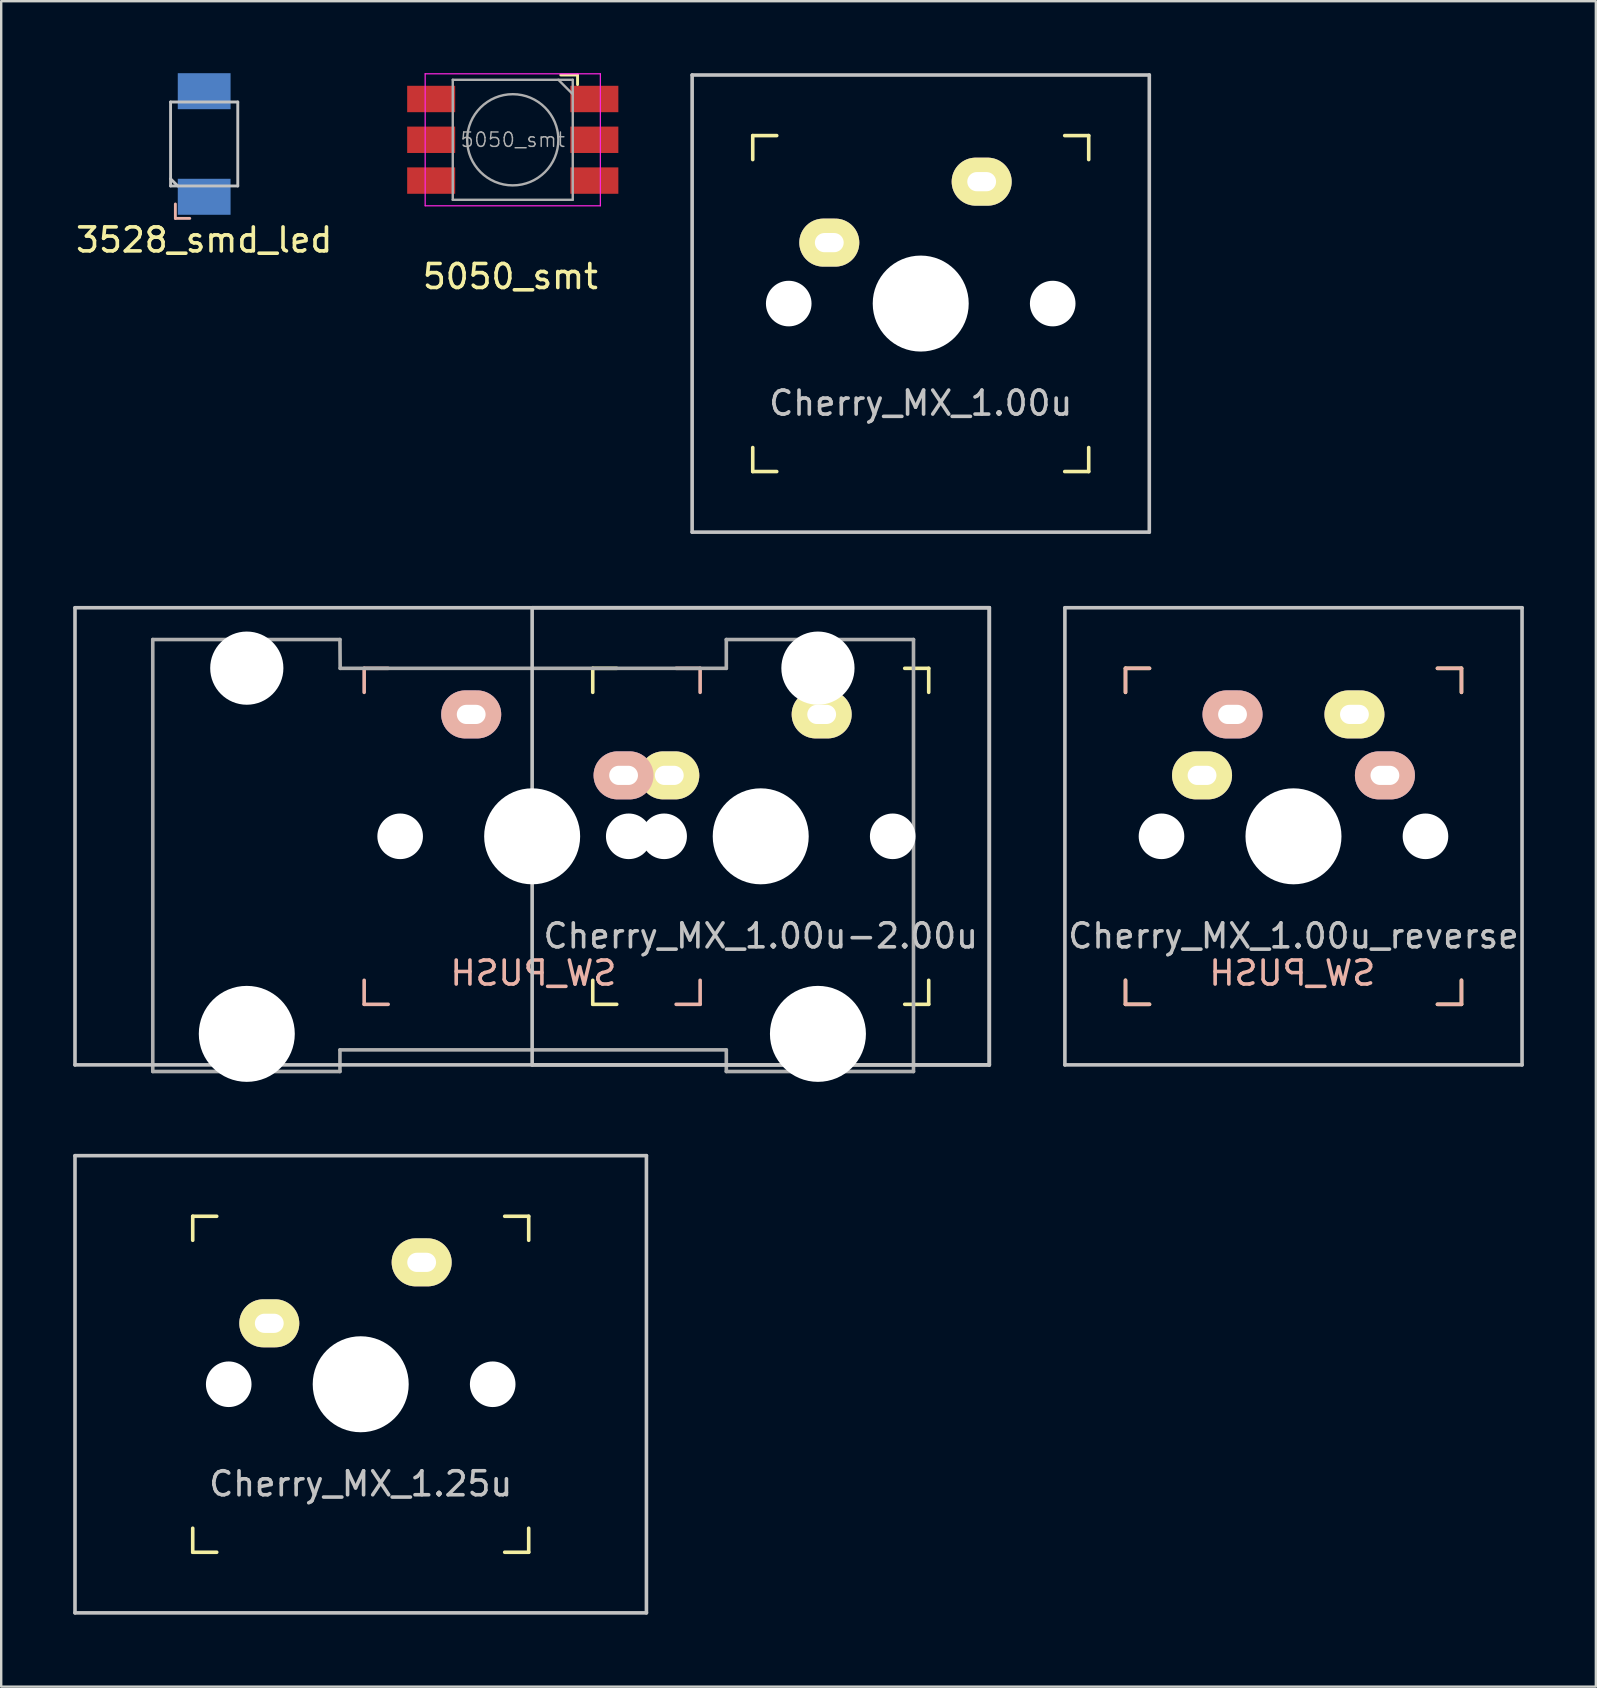
<source format=kicad_pcb>
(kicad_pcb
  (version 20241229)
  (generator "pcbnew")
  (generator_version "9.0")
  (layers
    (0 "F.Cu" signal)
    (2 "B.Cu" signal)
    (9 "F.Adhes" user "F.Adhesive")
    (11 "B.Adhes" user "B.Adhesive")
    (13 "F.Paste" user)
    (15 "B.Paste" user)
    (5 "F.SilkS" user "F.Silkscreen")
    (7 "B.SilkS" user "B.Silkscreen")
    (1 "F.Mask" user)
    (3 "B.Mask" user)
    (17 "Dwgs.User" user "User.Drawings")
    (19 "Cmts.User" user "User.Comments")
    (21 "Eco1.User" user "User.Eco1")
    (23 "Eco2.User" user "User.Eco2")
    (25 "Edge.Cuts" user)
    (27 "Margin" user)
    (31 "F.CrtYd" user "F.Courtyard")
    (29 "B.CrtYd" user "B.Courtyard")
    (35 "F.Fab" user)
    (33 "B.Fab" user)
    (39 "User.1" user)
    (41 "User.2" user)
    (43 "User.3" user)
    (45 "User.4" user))
  (footprint "Cherry_MX_1.00u_reverse"
    (layer "F.Cu")
    (at 50.85 31.8)
    (property "Reference" "Cherry_MX_1.00u_reverse" (at 0 4.15 0) (layer "Dwgs.User") (effects (font (size 1 1) (thickness 0.15))))
    (property "Value" "SW_PUSH" (at -0.05 5.7 0) (layer "F.SilkS") (hide yes) (effects (font (size 1 1) (thickness 0.15))))
    (attr through_hole)
    (fp_line (start -7 -7) (end -6 -7) (stroke (width 0.15) (type solid)) (layer "F.SilkS"))
    (fp_line (start -7 -6) (end -7 -7) (stroke (width 0.15) (type solid)) (layer "F.SilkS"))
    (fp_line (start -7 6) (end -7 7) (stroke (width 0.15) (type solid)) (layer "F.SilkS"))
    (fp_line (start -6 7) (end -7 7) (stroke (width 0.15) (type solid)) (layer "F.SilkS"))
    (fp_line (start 6 7) (end 7 7) (stroke (width 0.15) (type solid)) (layer "F.SilkS"))
    (fp_line (start 7 -7) (end 6 -7) (stroke (width 0.15) (type solid)) (layer "F.SilkS"))
    (fp_line (start 7 -6) (end 7 -7) (stroke (width 0.15) (type solid)) (layer "F.SilkS"))
    (fp_line (start 7 7) (end 7 6) (stroke (width 0.15) (type solid)) (layer "F.SilkS"))
    (fp_line (start -7 -7) (end -7 -6) (stroke (width 0.15) (type solid)) (layer "B.SilkS"))
    (fp_line (start -7 6) (end -7 7) (stroke (width 0.15) (type solid)) (layer "B.SilkS"))
    (fp_line (start -7 7) (end -6 7) (stroke (width 0.15) (type solid)) (layer "B.SilkS"))
    (fp_line (start -6 -7) (end -7 -7) (stroke (width 0.15) (type solid)) (layer "B.SilkS"))
    (fp_line (start 6 7) (end 7 7) (stroke (width 0.15) (type solid)) (layer "B.SilkS"))
    (fp_line (start 7 -7) (end 6 -7) (stroke (width 0.15) (type solid)) (layer "B.SilkS"))
    (fp_line (start 7 -6) (end 7 -7) (stroke (width 0.15) (type solid)) (layer "B.SilkS"))
    (fp_line (start 7 7) (end 7 6) (stroke (width 0.15) (type solid)) (layer "B.SilkS"))
    (fp_line (start -9.525 -9.525) (end 9.525 -9.525) (stroke (width 0.15) (type solid)) (layer "Dwgs.User"))
    (fp_line (start -9.525 9.525) (end -9.525 -9.525) (stroke (width 0.15) (type solid)) (layer "Dwgs.User"))
    (fp_line (start 9.525 -9.525) (end 9.525 9.525) (stroke (width 0.15) (type solid)) (layer "Dwgs.User"))
    (fp_line (start 9.525 9.525) (end -9.525 9.525) (stroke (width 0.15) (type solid)) (layer "Dwgs.User"))
    (fp_text user "${VALUE}" (at -0.05 5.7 0) (layer "B.SilkS") (effects (font (size 1 1) (thickness 0.15)) (justify mirror)))
    (pad "" np_thru_hole circle (at -5.5 0 90) (size 1.9 1.9) (drill 1.9) (layers "*.Cu" "*.Mask"))
    (pad "" np_thru_hole circle (at 0 0 90) (size 4 4) (drill 4) (layers "*.Cu" "*.Mask"))
    (pad "" np_thru_hole circle (at 5.5 0 90) (size 1.9 1.9) (drill 1.9) (layers "*.Cu" "*.Mask"))
    (pad "1" thru_hole oval (at 2.54 -5.08) (size 2.5 2) (drill oval 1.2 0.8) (layers "*.Cu" "B.Mask" "F.SilkS"))
    (pad "1" thru_hole oval (at 3.81 -2.54) (size 2.5 2) (drill oval 1.2 0.8) (layers "*.Cu" "F.Mask" "B.SilkS"))
    (pad "2" thru_hole oval (at -3.81 -2.54) (size 2.5 2) (drill oval 1.2 0.8) (layers "*.Cu" "B.Mask" "F.SilkS"))
    (pad "2" thru_hole oval (at -2.54 -5.08) (size 2.5 2) (drill oval 1.2 0.8) (layers "*.Cu" "F.Mask" "B.SilkS")))
  (footprint "3528_smd_led"
    (layer "F.Cu")
    (at 5.458 2.95)
    (property "Reference" "3528_smd_led" (at 0 4 0) (layer "F.SilkS") (effects (font (size 1 1) (thickness 0.15))))
    (attr through_hole)
    (fp_line (start -1.2 2.5) (end -1.2 3.1) (stroke (width 0.12) (type solid)) (layer "B.SilkS"))
    (fp_line (start -1.2 3.1) (end -0.6 3.1) (stroke (width 0.12) (type solid)) (layer "B.SilkS"))
    (fp_line (start -1.4 -1.75) (end -1.4 1.75) (stroke (width 0.12) (type solid)) (layer "Dwgs.User"))
    (fp_line (start -1.4 -1.75) (end 1.4 -1.75) (stroke (width 0.12) (type solid)) (layer "Dwgs.User"))
    (fp_line (start -1.4 1.45) (end -1.1 1.75) (stroke (width 0.12) (type solid)) (layer "Dwgs.User"))
    (fp_line (start -1.4 1.75) (end 1.4 1.75) (stroke (width 0.12) (type solid)) (layer "Dwgs.User"))
    (fp_line (start 1.4 1.75) (end 1.4 -1.75) (stroke (width 0.12) (type solid)) (layer "Dwgs.User"))
    (pad "1" smd rect (at 0 -2.2) (size 2.2 1.5) (layers "B.Cu" "B.Mask" "B.Paste"))
    (pad "2" smd rect (at 0 2.2) (size 2.2 1.5) (layers "B.Cu" "B.Mask" "B.Paste")))
  (footprint "Cherry_MX_1.25u"
    (layer "F.Cu")
    (at 11.981 54.633)
    (property "Reference" "Cherry_MX_1.25u" (at 0 4.15 0) (layer "Dwgs.User") (effects (font (size 1 1) (thickness 0.15))))
    (attr through_hole)
    (fp_line (start -7 -7) (end -6 -7) (stroke (width 0.15) (type solid)) (layer "F.SilkS"))
    (fp_line (start -7 -6) (end -7 -7) (stroke (width 0.15) (type solid)) (layer "F.SilkS"))
    (fp_line (start -7 6) (end -7 7) (stroke (width 0.15) (type solid)) (layer "F.SilkS"))
    (fp_line (start -6 7) (end -7 7) (stroke (width 0.15) (type solid)) (layer "F.SilkS"))
    (fp_line (start 6 7) (end 7 7) (stroke (width 0.15) (type solid)) (layer "F.SilkS"))
    (fp_line (start 7 -7) (end 6 -7) (stroke (width 0.15) (type solid)) (layer "F.SilkS"))
    (fp_line (start 7 -6) (end 7 -7) (stroke (width 0.15) (type solid)) (layer "F.SilkS"))
    (fp_line (start 7 7) (end 7 6) (stroke (width 0.15) (type solid)) (layer "F.SilkS"))
    (fp_line (start -11.906 -9.525) (end 11.906 -9.525) (stroke (width 0.15) (type solid)) (layer "Dwgs.User"))
    (fp_line (start -11.906 9.525) (end -11.906 -9.525) (stroke (width 0.15) (type solid)) (layer "Dwgs.User"))
    (fp_line (start 11.906 -9.525) (end 11.906 9.525) (stroke (width 0.15) (type solid)) (layer "Dwgs.User"))
    (fp_line (start 11.906 9.525) (end -11.906 9.525) (stroke (width 0.15) (type solid)) (layer "Dwgs.User"))
    (pad "" np_thru_hole circle (at -5.5 0 90) (size 1.9 1.9) (drill 1.9) (layers "*.Cu" "*.Mask"))
    (pad "" np_thru_hole circle (at 0 0 90) (size 4 4) (drill 4) (layers "*.Cu" "*.Mask"))
    (pad "" np_thru_hole circle (at 5.5 0 90) (size 1.9 1.9) (drill 1.9) (layers "*.Cu" "*.Mask"))
    (pad "1" thru_hole oval (at 2.54 -5.08) (size 2.5 2) (drill oval 1.2 0.8) (layers "*.Cu" "B.Mask" "F.SilkS"))
    (pad "2" thru_hole oval (at -3.81 -2.54) (size 2.5 2) (drill oval 1.2 0.8) (layers "*.Cu" "B.Mask" "F.SilkS")))
  (footprint "5050_smt"
    (layer "F.Cu")
    (at 18.217 2.875)
    (property "Reference" "5050_smt" (at 0 5.6 0) (layer "F.SilkS") (effects (font (size 1 1) (thickness 0.15))))
    (attr through_hole)
    (fp_line (start 2.1 -2.8) (end 2.8 -2.8) (stroke (width 0.12) (type solid)) (layer "F.SilkS"))
    (fp_line (start 2.8 -2.8) (end 2.8 -2.4) (stroke (width 0.12) (type solid)) (layer "F.SilkS"))
    (fp_line (start -3.55 -2.85) (end -3.55 2.65) (stroke (width 0.05) (type solid)) (layer "F.CrtYd"))
    (fp_line (start -3.55 2.65) (end 3.75 2.65) (stroke (width 0.05) (type solid)) (layer "F.CrtYd"))
    (fp_line (start 3.75 -2.85) (end -3.55 -2.85) (stroke (width 0.05) (type solid)) (layer "F.CrtYd"))
    (fp_line (start 3.75 2.65) (end 3.75 -2.85) (stroke (width 0.05) (type solid)) (layer "F.CrtYd"))
    (fp_line (start -2.4 -2.6) (end -2.4 2.4) (stroke (width 0.1) (type solid)) (layer "F.Fab"))
    (fp_line (start -2.4 2.4) (end 2.6 2.4) (stroke (width 0.1) (type solid)) (layer "F.Fab"))
    (fp_line (start 2.6 -2.6) (end -2.4 -2.6) (stroke (width 0.1) (type solid)) (layer "F.Fab"))
    (fp_line (start 2.6 -2) (end 2 -2.6) (stroke (width 0.1) (type solid)) (layer "F.Fab"))
    (fp_line (start 2.6 2.4) (end 2.6 -2.6) (stroke (width 0.1) (type solid)) (layer "F.Fab"))
    (fp_circle (center 0.1 -0.1) (end 0.1 -2) (stroke (width 0.1) (type solid)) (fill no) (layer "F.Fab"))
    (fp_text user "${REFERENCE}" (at 0.1 -0.1 0) (layer "F.Fab") (effects (font (size 0.6 0.6) (thickness 0.06))))
    (pad "1" smd rect (at -3.3 -1.8 90) (size 1.1 2) (layers "F.Cu" "F.Mask" "F.Paste"))
    (pad "2" smd rect (at 3.5 -1.8 90) (size 1.1 2) (layers "F.Cu" "F.Mask" "F.Paste"))
    (pad "3" smd rect (at -3.3 -0.1 90) (size 1.1 2) (layers "F.Cu" "F.Mask" "F.Paste"))
    (pad "4" smd rect (at 3.5 -0.1 90) (size 1.1 2) (layers "F.Cu" "F.Mask" "F.Paste"))
    (pad "5" smd rect (at -3.3 1.6 90) (size 1.1 2) (layers "F.Cu" "F.Mask" "F.Paste"))
    (pad "6" smd rect (at 3.5 1.6 90) (size 1.1 2) (layers "F.Cu" "F.Mask" "F.Paste")))
  (footprint "Cherry_MX_1.00u-2.00u"
    (layer "F.Cu")
    (at 28.65 31.8)
    (property "Reference" "Cherry_MX_1.00u-2.00u" (at 0 4.15 0) (layer "Dwgs.User") (effects (font (size 1 1) (thickness 0.15))))
    (property "Value" "SW_PUSH" (at -0.05 5.7 0) (layer "F.SilkS") (hide yes) (effects (font (size 1 1) (thickness 0.15))))
    (attr through_hole)
    (fp_line (start -7 -7) (end -6 -7) (stroke (width 0.15) (type solid)) (layer "F.SilkS"))
    (fp_line (start -7 -6) (end -7 -7) (stroke (width 0.15) (type solid)) (layer "F.SilkS"))
    (fp_line (start -7 6) (end -7 7) (stroke (width 0.15) (type solid)) (layer "F.SilkS"))
    (fp_line (start -6 7) (end -7 7) (stroke (width 0.15) (type solid)) (layer "F.SilkS"))
    (fp_line (start 6 7) (end 7 7) (stroke (width 0.15) (type solid)) (layer "F.SilkS"))
    (fp_line (start 7 -7) (end 6 -7) (stroke (width 0.15) (type solid)) (layer "F.SilkS"))
    (fp_line (start 7 -6) (end 7 -7) (stroke (width 0.15) (type solid)) (layer "F.SilkS"))
    (fp_line (start 7 7) (end 7 6) (stroke (width 0.15) (type solid)) (layer "F.SilkS"))
    (fp_line (start -16.525 -7) (end -15.525 -7) (stroke (width 0.15) (type solid)) (layer "B.SilkS"))
    (fp_line (start -16.525 -6) (end -16.525 -7) (stroke (width 0.15) (type solid)) (layer "B.SilkS"))
    (fp_line (start -16.525 7) (end -16.525 6) (stroke (width 0.15) (type solid)) (layer "B.SilkS"))
    (fp_line (start -15.525 7) (end -16.525 7) (stroke (width 0.15) (type solid)) (layer "B.SilkS"))
    (fp_line (start -3.525 7) (end -2.525 7) (stroke (width 0.15) (type solid)) (layer "B.SilkS"))
    (fp_line (start -2.525 -7) (end -3.525 -7) (stroke (width 0.15) (type solid)) (layer "B.SilkS"))
    (fp_line (start -2.525 -6) (end -2.525 -7) (stroke (width 0.15) (type solid)) (layer "B.SilkS"))
    (fp_line (start -2.525 6) (end -2.525 7) (stroke (width 0.15) (type solid)) (layer "B.SilkS"))
    (fp_line (start -28.575 -9.525) (end -28.575 9.525) (stroke (width 0.15) (type solid)) (layer "Dwgs.User"))
    (fp_line (start -28.575 9.525) (end 9.525 9.525) (stroke (width 0.15) (type solid)) (layer "Dwgs.User"))
    (fp_line (start -9.525 -9.525) (end 9.525 -9.525) (stroke (width 0.15) (type solid)) (layer "Dwgs.User"))
    (fp_line (start -9.525 9.525) (end -9.525 -9.525) (stroke (width 0.15) (type solid)) (layer "Dwgs.User"))
    (fp_line (start 9.525 -9.525) (end -28.575 -9.525) (stroke (width 0.15) (type solid)) (layer "Dwgs.User"))
    (fp_line (start 9.525 -9.525) (end 9.525 9.525) (stroke (width 0.15) (type solid)) (layer "Dwgs.User"))
    (fp_line (start 9.525 9.525) (end -9.525 9.525) (stroke (width 0.15) (type solid)) (layer "Dwgs.User"))
    (fp_line (start 9.525 9.525) (end 9.525 -9.525) (stroke (width 0.15) (type solid)) (layer "Dwgs.User"))
    (fp_line (start -25.334 9.8) (end -17.534 9.8) (stroke (width 0.15) (type solid)) (layer "F.Fab"))
    (fp_line (start -25.334 -8.2) (end -25.334 9.8) (stroke (width 0.15) (type solid)) (layer "F.Fab"))
    (fp_line (start -17.534 -8.2) (end -25.334 -8.2) (stroke (width 0.15) (type solid)) (layer "F.Fab"))
    (fp_line (start -17.534 8.9) (end -1.434 8.9) (stroke (width 0.15) (type solid)) (layer "F.Fab"))
    (fp_line (start -17.534 9.8) (end -17.534 8.9) (stroke (width 0.15) (type solid)) (layer "F.Fab"))
    (fp_line (start -17.525 -7) (end -17.534 -8.2) (stroke (width 0.15) (type solid)) (layer "F.Fab"))
    (fp_line (start -1.434 9.8) (end -1.434 8.9) (stroke (width 0.15) (type solid)) (layer "F.Fab"))
    (fp_line (start -1.434 9.8) (end 6.366 9.8) (stroke (width 0.15) (type solid)) (layer "F.Fab"))
    (fp_line (start -1.434 -8.2) (end -1.434 -7) (stroke (width 0.15) (type solid)) (layer "F.Fab"))
    (fp_line (start -1.434 -7) (end -17.525 -7) (stroke (width 0.15) (type solid)) (layer "F.Fab"))
    (fp_line (start 6.366 -8.2) (end -1.434 -8.2) (stroke (width 0.15) (type solid)) (layer "F.Fab"))
    (fp_line (start 6.366 9.8) (end 6.366 -8.2) (stroke (width 0.15) (type solid)) (layer "F.Fab"))
    (fp_text user "${VALUE}" (at -9.475 5.7 180) (layer "B.SilkS") (effects (font (size 1 1) (thickness 0.15)) (justify mirror)))
    (pad "" np_thru_hole circle (at -21.416 -7.008 180) (size 3.05 3.05) (drill 3.05) (layers "*.Cu" "*.Mask"))
    (pad "" np_thru_hole circle (at -21.416 8.232 180) (size 4 4) (drill 4) (layers "*.Cu" "*.Mask"))
    (pad "" np_thru_hole circle (at -15.025 0 90) (size 1.9 1.9) (drill 1.9) (layers "*.Cu" "*.Mask"))
    (pad "" np_thru_hole circle (at -9.525 0 90) (size 4 4) (drill 4) (layers "*.Cu" "*.Mask"))
    (pad "" np_thru_hole circle (at -5.5 0 90) (size 1.9 1.9) (drill 1.9) (layers "*.Cu" "*.Mask"))
    (pad "" np_thru_hole circle (at -4.025 0 90) (size 1.9 1.9) (drill 1.9) (layers "*.Cu" "*.Mask"))
    (pad "" np_thru_hole circle (at 0 0 90) (size 4 4) (drill 4) (layers "*.Cu" "*.Mask"))
    (pad "" np_thru_hole circle (at 2.384 -7.008 180) (size 3.05 3.05) (drill 3.05) (layers "*.Cu" "*.Mask"))
    (pad "" np_thru_hole circle (at 2.384 8.232 180) (size 4 4) (drill 4) (layers "*.Cu" "*.Mask"))
    (pad "" np_thru_hole circle (at 5.5 0 90) (size 1.9 1.9) (drill 1.9) (layers "*.Cu" "*.Mask"))
    (pad "1" thru_hole oval (at -12.065 -5.08 180) (size 2.5 2) (drill oval 1.2 0.8) (layers "*.Cu" "F.Mask" "B.SilkS"))
    (pad "1" thru_hole oval (at 2.54 -5.08) (size 2.5 2) (drill oval 1.2 0.8) (layers "*.Cu" "B.Mask" "F.SilkS"))
    (pad "2" thru_hole oval (at -5.715 -2.54 180) (size 2.5 2) (drill oval 1.2 0.8) (layers "*.Cu" "F.Mask" "B.SilkS"))
    (pad "2" thru_hole oval (at -3.81 -2.54) (size 2.5 2) (drill oval 1.2 0.8) (layers "*.Cu" "B.Mask" "F.SilkS")))
  (footprint "Cherry_MX_1.00u"
    (layer "F.Cu")
    (at 35.317 9.6)
    (property "Reference" "Cherry_MX_1.00u" (at 0 4.15 0) (layer "Dwgs.User") (effects (font (size 1 1) (thickness 0.15))))
    (attr through_hole)
    (fp_line (start -7 -7) (end -6 -7) (stroke (width 0.15) (type solid)) (layer "F.SilkS"))
    (fp_line (start -7 -6) (end -7 -7) (stroke (width 0.15) (type solid)) (layer "F.SilkS"))
    (fp_line (start -7 6) (end -7 7) (stroke (width 0.15) (type solid)) (layer "F.SilkS"))
    (fp_line (start -6 7) (end -7 7) (stroke (width 0.15) (type solid)) (layer "F.SilkS"))
    (fp_line (start 6 7) (end 7 7) (stroke (width 0.15) (type solid)) (layer "F.SilkS"))
    (fp_line (start 7 -7) (end 6 -7) (stroke (width 0.15) (type solid)) (layer "F.SilkS"))
    (fp_line (start 7 -6) (end 7 -7) (stroke (width 0.15) (type solid)) (layer "F.SilkS"))
    (fp_line (start 7 7) (end 7 6) (stroke (width 0.15) (type solid)) (layer "F.SilkS"))
    (fp_line (start -9.525 -9.525) (end 9.525 -9.525) (stroke (width 0.15) (type solid)) (layer "Dwgs.User"))
    (fp_line (start -9.525 9.525) (end -9.525 -9.525) (stroke (width 0.15) (type solid)) (layer "Dwgs.User"))
    (fp_line (start 9.525 -9.525) (end 9.525 9.525) (stroke (width 0.15) (type solid)) (layer "Dwgs.User"))
    (fp_line (start 9.525 9.525) (end -9.525 9.525) (stroke (width 0.15) (type solid)) (layer "Dwgs.User"))
    (pad "" np_thru_hole circle (at -5.5 0 90) (size 1.9 1.9) (drill 1.9) (layers "*.Cu" "*.Mask"))
    (pad "" np_thru_hole circle (at 0 0 90) (size 4 4) (drill 4) (layers "*.Cu" "*.Mask"))
    (pad "" np_thru_hole circle (at 5.5 0 90) (size 1.9 1.9) (drill 1.9) (layers "*.Cu" "*.Mask"))
    (pad "1" thru_hole oval (at 2.54 -5.08) (size 2.5 2) (drill oval 1.2 0.8) (layers "*.Cu" "B.Mask" "F.SilkS"))
    (pad "2" thru_hole oval (at -3.81 -2.54) (size 2.5 2) (drill oval 1.2 0.8) (layers "*.Cu" "B.Mask" "F.SilkS")))
  (gr_rect
    (start -3 -3)
    (end 63.45 67.233)
    (stroke (width 0.1) (type default))
    (fill no)
    (layer "Edge.Cuts")))
</source>
